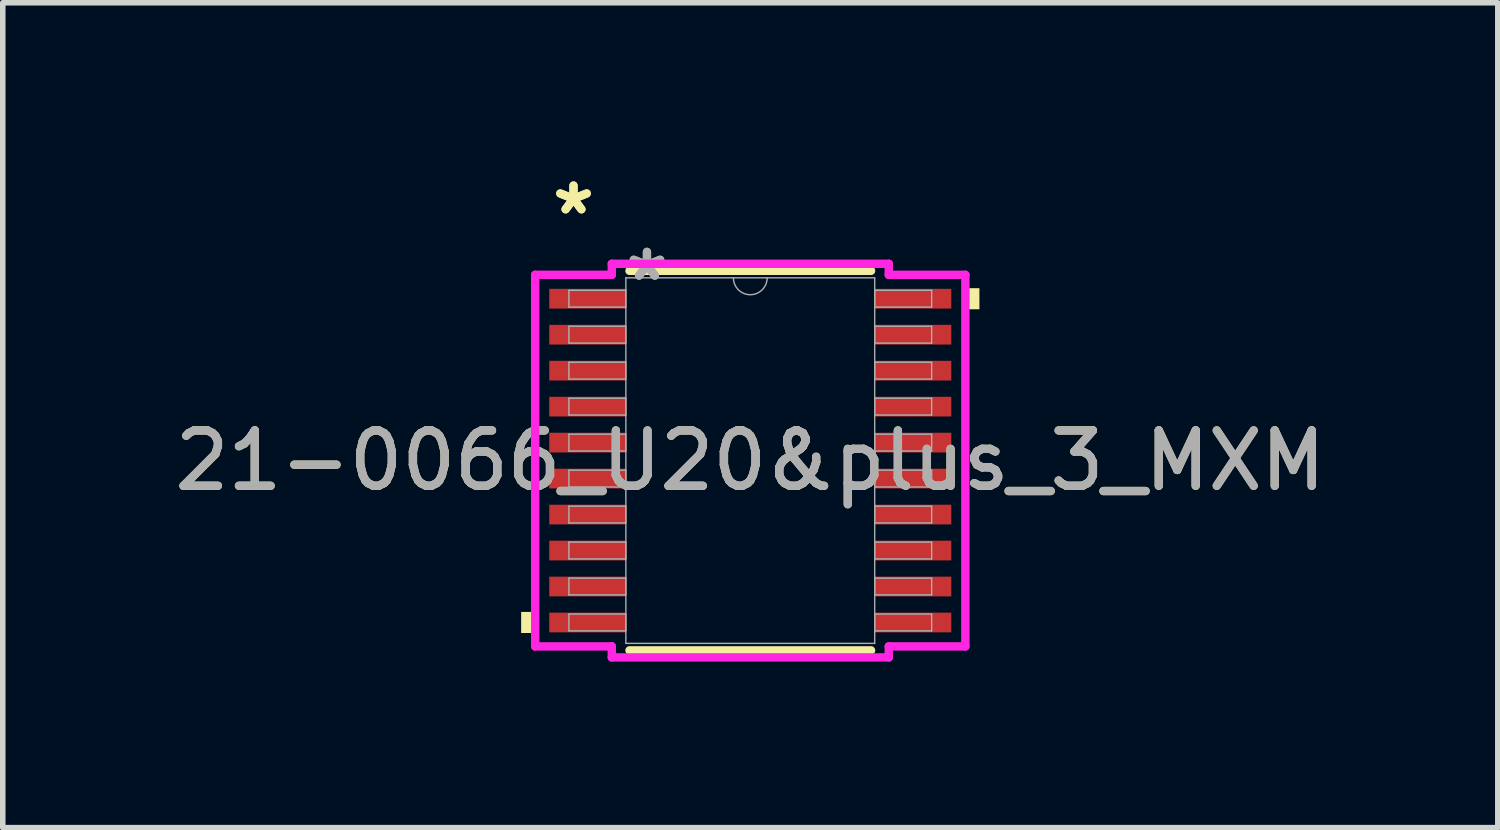
<source format=kicad_pcb>
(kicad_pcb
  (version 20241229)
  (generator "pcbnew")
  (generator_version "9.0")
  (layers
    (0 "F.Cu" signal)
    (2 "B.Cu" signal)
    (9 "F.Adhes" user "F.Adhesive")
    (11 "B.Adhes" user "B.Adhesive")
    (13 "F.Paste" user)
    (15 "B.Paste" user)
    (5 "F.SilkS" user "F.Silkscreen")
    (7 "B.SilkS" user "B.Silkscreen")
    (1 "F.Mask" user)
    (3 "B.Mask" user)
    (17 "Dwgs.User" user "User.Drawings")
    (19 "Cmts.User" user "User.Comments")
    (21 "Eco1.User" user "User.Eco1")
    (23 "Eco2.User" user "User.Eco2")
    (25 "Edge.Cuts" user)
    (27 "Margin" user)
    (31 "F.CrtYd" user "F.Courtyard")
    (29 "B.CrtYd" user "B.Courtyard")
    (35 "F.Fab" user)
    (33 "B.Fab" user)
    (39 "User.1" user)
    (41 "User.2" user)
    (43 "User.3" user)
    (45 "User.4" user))
  (footprint "21-0066_U20&plus_3_MXM"
    (layer "F.Cu")
    (at 10.506 5.272)
    (property "Reference" "21-0066_U20&plus_3_MXM" (at 0 0 0) (unlocked yes) (layer "F.SilkS") (effects (font (size 1 1) (thickness 0.15))))
    (attr smd)
    (fp_line (start -2.182 3.429) (end 2.182 3.429) (stroke (width 0.152) (type solid)) (layer "F.SilkS"))
    (fp_line (start 2.182 -3.429) (end -2.182 -3.429) (stroke (width 0.152) (type solid)) (layer "F.SilkS"))
    (fp_poly (pts (xy -4.14 2.734) (xy -4.14 3.115) (xy -3.886 3.115) (xy -3.886 2.734)) (stroke (width 0) (type solid)) (fill yes) (layer "F.SilkS"))
    (fp_poly (pts (xy 4.14 -3.115) (xy 4.14 -2.734) (xy 3.886 -2.734) (xy 3.886 -3.115)) (stroke (width 0) (type solid)) (fill yes) (layer "F.SilkS"))
    (fp_line (start -3.886 -3.357) (end -2.502 -3.357) (stroke (width 0.152) (type solid)) (layer "F.CrtYd"))
    (fp_line (start -3.886 3.357) (end -3.886 -3.357) (stroke (width 0.152) (type solid)) (layer "F.CrtYd"))
    (fp_line (start -3.886 3.357) (end -2.502 3.357) (stroke (width 0.152) (type solid)) (layer "F.CrtYd"))
    (fp_line (start -2.502 -3.556) (end 2.502 -3.556) (stroke (width 0.152) (type solid)) (layer "F.CrtYd"))
    (fp_line (start -2.502 -3.357) (end -2.502 -3.556) (stroke (width 0.152) (type solid)) (layer "F.CrtYd"))
    (fp_line (start -2.502 3.556) (end -2.502 3.357) (stroke (width 0.152) (type solid)) (layer "F.CrtYd"))
    (fp_line (start 2.502 -3.556) (end 2.502 -3.357) (stroke (width 0.152) (type solid)) (layer "F.CrtYd"))
    (fp_line (start 2.502 3.357) (end 2.502 3.556) (stroke (width 0.152) (type solid)) (layer "F.CrtYd"))
    (fp_line (start 2.502 3.556) (end -2.502 3.556) (stroke (width 0.152) (type solid)) (layer "F.CrtYd"))
    (fp_line (start 3.886 -3.357) (end 2.502 -3.357) (stroke (width 0.152) (type solid)) (layer "F.CrtYd"))
    (fp_line (start 3.886 -3.357) (end 3.886 3.357) (stroke (width 0.152) (type solid)) (layer "F.CrtYd"))
    (fp_line (start 3.886 3.357) (end 2.502 3.357) (stroke (width 0.152) (type solid)) (layer "F.CrtYd"))
    (fp_line (start -3.277 -3.077) (end -3.277 -2.773) (stroke (width 0.025) (type solid)) (layer "F.Fab"))
    (fp_line (start -3.277 -2.773) (end -2.248 -2.773) (stroke (width 0.025) (type solid)) (layer "F.Fab"))
    (fp_line (start -3.277 -2.427) (end -3.277 -2.123) (stroke (width 0.025) (type solid)) (layer "F.Fab"))
    (fp_line (start -3.277 -2.123) (end -2.248 -2.123) (stroke (width 0.025) (type solid)) (layer "F.Fab"))
    (fp_line (start -3.277 -1.777) (end -3.277 -1.473) (stroke (width 0.025) (type solid)) (layer "F.Fab"))
    (fp_line (start -3.277 -1.473) (end -2.248 -1.473) (stroke (width 0.025) (type solid)) (layer "F.Fab"))
    (fp_line (start -3.277 -1.127) (end -3.277 -0.823) (stroke (width 0.025) (type solid)) (layer "F.Fab"))
    (fp_line (start -3.277 -0.823) (end -2.248 -0.823) (stroke (width 0.025) (type solid)) (layer "F.Fab"))
    (fp_line (start -3.277 -0.477) (end -3.277 -0.173) (stroke (width 0.025) (type solid)) (layer "F.Fab"))
    (fp_line (start -3.277 -0.173) (end -2.248 -0.173) (stroke (width 0.025) (type solid)) (layer "F.Fab"))
    (fp_line (start -3.277 0.173) (end -3.277 0.477) (stroke (width 0.025) (type solid)) (layer "F.Fab"))
    (fp_line (start -3.277 0.477) (end -2.248 0.477) (stroke (width 0.025) (type solid)) (layer "F.Fab"))
    (fp_line (start -3.277 0.823) (end -3.277 1.127) (stroke (width 0.025) (type solid)) (layer "F.Fab"))
    (fp_line (start -3.277 1.127) (end -2.248 1.127) (stroke (width 0.025) (type solid)) (layer "F.Fab"))
    (fp_line (start -3.277 1.473) (end -3.277 1.777) (stroke (width 0.025) (type solid)) (layer "F.Fab"))
    (fp_line (start -3.277 1.777) (end -2.248 1.777) (stroke (width 0.025) (type solid)) (layer "F.Fab"))
    (fp_line (start -3.277 2.123) (end -3.277 2.427) (stroke (width 0.025) (type solid)) (layer "F.Fab"))
    (fp_line (start -3.277 2.427) (end -2.248 2.427) (stroke (width 0.025) (type solid)) (layer "F.Fab"))
    (fp_line (start -3.277 2.773) (end -3.277 3.077) (stroke (width 0.025) (type solid)) (layer "F.Fab"))
    (fp_line (start -3.277 3.077) (end -2.248 3.077) (stroke (width 0.025) (type solid)) (layer "F.Fab"))
    (fp_line (start -2.248 -3.302) (end -2.248 3.302) (stroke (width 0.025) (type solid)) (layer "F.Fab"))
    (fp_line (start -2.248 -3.077) (end -3.277 -3.077) (stroke (width 0.025) (type solid)) (layer "F.Fab"))
    (fp_line (start -2.248 -2.773) (end -2.248 -3.077) (stroke (width 0.025) (type solid)) (layer "F.Fab"))
    (fp_line (start -2.248 -2.427) (end -3.277 -2.427) (stroke (width 0.025) (type solid)) (layer "F.Fab"))
    (fp_line (start -2.248 -2.123) (end -2.248 -2.427) (stroke (width 0.025) (type solid)) (layer "F.Fab"))
    (fp_line (start -2.248 -1.777) (end -3.277 -1.777) (stroke (width 0.025) (type solid)) (layer "F.Fab"))
    (fp_line (start -2.248 -1.473) (end -2.248 -1.777) (stroke (width 0.025) (type solid)) (layer "F.Fab"))
    (fp_line (start -2.248 -1.127) (end -3.277 -1.127) (stroke (width 0.025) (type solid)) (layer "F.Fab"))
    (fp_line (start -2.248 -0.823) (end -2.248 -1.127) (stroke (width 0.025) (type solid)) (layer "F.Fab"))
    (fp_line (start -2.248 -0.477) (end -3.277 -0.477) (stroke (width 0.025) (type solid)) (layer "F.Fab"))
    (fp_line (start -2.248 -0.173) (end -2.248 -0.477) (stroke (width 0.025) (type solid)) (layer "F.Fab"))
    (fp_line (start -2.248 0.173) (end -3.277 0.173) (stroke (width 0.025) (type solid)) (layer "F.Fab"))
    (fp_line (start -2.248 0.477) (end -2.248 0.173) (stroke (width 0.025) (type solid)) (layer "F.Fab"))
    (fp_line (start -2.248 0.823) (end -3.277 0.823) (stroke (width 0.025) (type solid)) (layer "F.Fab"))
    (fp_line (start -2.248 1.127) (end -2.248 0.823) (stroke (width 0.025) (type solid)) (layer "F.Fab"))
    (fp_line (start -2.248 1.473) (end -3.277 1.473) (stroke (width 0.025) (type solid)) (layer "F.Fab"))
    (fp_line (start -2.248 1.777) (end -2.248 1.473) (stroke (width 0.025) (type solid)) (layer "F.Fab"))
    (fp_line (start -2.248 2.123) (end -3.277 2.123) (stroke (width 0.025) (type solid)) (layer "F.Fab"))
    (fp_line (start -2.248 2.427) (end -2.248 2.123) (stroke (width 0.025) (type solid)) (layer "F.Fab"))
    (fp_line (start -2.248 2.773) (end -3.277 2.773) (stroke (width 0.025) (type solid)) (layer "F.Fab"))
    (fp_line (start -2.248 3.077) (end -2.248 2.773) (stroke (width 0.025) (type solid)) (layer "F.Fab"))
    (fp_line (start -2.248 3.302) (end 2.248 3.302) (stroke (width 0.025) (type solid)) (layer "F.Fab"))
    (fp_line (start 2.248 -3.302) (end -2.248 -3.302) (stroke (width 0.025) (type solid)) (layer "F.Fab"))
    (fp_line (start 2.248 -3.077) (end 2.248 -2.773) (stroke (width 0.025) (type solid)) (layer "F.Fab"))
    (fp_line (start 2.248 -2.773) (end 3.277 -2.773) (stroke (width 0.025) (type solid)) (layer "F.Fab"))
    (fp_line (start 2.248 -2.427) (end 2.248 -2.123) (stroke (width 0.025) (type solid)) (layer "F.Fab"))
    (fp_line (start 2.248 -2.123) (end 3.277 -2.123) (stroke (width 0.025) (type solid)) (layer "F.Fab"))
    (fp_line (start 2.248 -1.777) (end 2.248 -1.473) (stroke (width 0.025) (type solid)) (layer "F.Fab"))
    (fp_line (start 2.248 -1.473) (end 3.277 -1.473) (stroke (width 0.025) (type solid)) (layer "F.Fab"))
    (fp_line (start 2.248 -1.127) (end 2.248 -0.823) (stroke (width 0.025) (type solid)) (layer "F.Fab"))
    (fp_line (start 2.248 -0.823) (end 3.277 -0.823) (stroke (width 0.025) (type solid)) (layer "F.Fab"))
    (fp_line (start 2.248 -0.477) (end 2.248 -0.173) (stroke (width 0.025) (type solid)) (layer "F.Fab"))
    (fp_line (start 2.248 -0.173) (end 3.277 -0.173) (stroke (width 0.025) (type solid)) (layer "F.Fab"))
    (fp_line (start 2.248 0.173) (end 2.248 0.477) (stroke (width 0.025) (type solid)) (layer "F.Fab"))
    (fp_line (start 2.248 0.477) (end 3.277 0.477) (stroke (width 0.025) (type solid)) (layer "F.Fab"))
    (fp_line (start 2.248 0.823) (end 2.248 1.127) (stroke (width 0.025) (type solid)) (layer "F.Fab"))
    (fp_line (start 2.248 1.127) (end 3.277 1.127) (stroke (width 0.025) (type solid)) (layer "F.Fab"))
    (fp_line (start 2.248 1.473) (end 2.248 1.777) (stroke (width 0.025) (type solid)) (layer "F.Fab"))
    (fp_line (start 2.248 1.777) (end 3.277 1.777) (stroke (width 0.025) (type solid)) (layer "F.Fab"))
    (fp_line (start 2.248 2.123) (end 2.248 2.427) (stroke (width 0.025) (type solid)) (layer "F.Fab"))
    (fp_line (start 2.248 2.427) (end 3.277 2.427) (stroke (width 0.025) (type solid)) (layer "F.Fab"))
    (fp_line (start 2.248 2.773) (end 2.248 3.077) (stroke (width 0.025) (type solid)) (layer "F.Fab"))
    (fp_line (start 2.248 3.077) (end 3.277 3.077) (stroke (width 0.025) (type solid)) (layer "F.Fab"))
    (fp_line (start 2.248 3.302) (end 2.248 -3.302) (stroke (width 0.025) (type solid)) (layer "F.Fab"))
    (fp_line (start 3.277 -3.077) (end 2.248 -3.077) (stroke (width 0.025) (type solid)) (layer "F.Fab"))
    (fp_line (start 3.277 -2.773) (end 3.277 -3.077) (stroke (width 0.025) (type solid)) (layer "F.Fab"))
    (fp_line (start 3.277 -2.427) (end 2.248 -2.427) (stroke (width 0.025) (type solid)) (layer "F.Fab"))
    (fp_line (start 3.277 -2.123) (end 3.277 -2.427) (stroke (width 0.025) (type solid)) (layer "F.Fab"))
    (fp_line (start 3.277 -1.777) (end 2.248 -1.777) (stroke (width 0.025) (type solid)) (layer "F.Fab"))
    (fp_line (start 3.277 -1.473) (end 3.277 -1.777) (stroke (width 0.025) (type solid)) (layer "F.Fab"))
    (fp_line (start 3.277 -1.127) (end 2.248 -1.127) (stroke (width 0.025) (type solid)) (layer "F.Fab"))
    (fp_line (start 3.277 -0.823) (end 3.277 -1.127) (stroke (width 0.025) (type solid)) (layer "F.Fab"))
    (fp_line (start 3.277 -0.477) (end 2.248 -0.477) (stroke (width 0.025) (type solid)) (layer "F.Fab"))
    (fp_line (start 3.277 -0.173) (end 3.277 -0.477) (stroke (width 0.025) (type solid)) (layer "F.Fab"))
    (fp_line (start 3.277 0.173) (end 2.248 0.173) (stroke (width 0.025) (type solid)) (layer "F.Fab"))
    (fp_line (start 3.277 0.477) (end 3.277 0.173) (stroke (width 0.025) (type solid)) (layer "F.Fab"))
    (fp_line (start 3.277 0.823) (end 2.248 0.823) (stroke (width 0.025) (type solid)) (layer "F.Fab"))
    (fp_line (start 3.277 1.127) (end 3.277 0.823) (stroke (width 0.025) (type solid)) (layer "F.Fab"))
    (fp_line (start 3.277 1.473) (end 2.248 1.473) (stroke (width 0.025) (type solid)) (layer "F.Fab"))
    (fp_line (start 3.277 1.777) (end 3.277 1.473) (stroke (width 0.025) (type solid)) (layer "F.Fab"))
    (fp_line (start 3.277 2.123) (end 2.248 2.123) (stroke (width 0.025) (type solid)) (layer "F.Fab"))
    (fp_line (start 3.277 2.427) (end 3.277 2.123) (stroke (width 0.025) (type solid)) (layer "F.Fab"))
    (fp_line (start 3.277 2.773) (end 2.248 2.773) (stroke (width 0.025) (type solid)) (layer "F.Fab"))
    (fp_line (start 3.277 3.077) (end 3.277 2.773) (stroke (width 0.025) (type solid)) (layer "F.Fab"))
    (fp_arc (start 0.3048 -3.302) (mid 0 -2.9972) (end -0.3048 -3.302) (stroke (width 0.0254) (type solid)) (layer "F.Fab"))
    (fp_text user "*" (at -3.194 -4.424 0) (unlocked yes) (layer "F.SilkS") (effects (font (size 1 1) (thickness 0.15))))
    (fp_text user "*" (at -3.194 -4.424 0) (layer "F.SilkS") (effects (font (size 1 1) (thickness 0.15))))
    (fp_text user "*" (at -1.867 -3.226 0) (unlocked yes) (layer "F.Fab") (effects (font (size 1 1) (thickness 0.15))))
    (fp_text user "*" (at -1.867 -3.226 0) (layer "F.Fab") (effects (font (size 1 1) (thickness 0.15))))
    (fp_text user "${REFERENCE}" (at 0 0 0) (unlocked yes) (layer "F.Fab") (effects (font (size 1 1) (thickness 0.15))))
    (pad "1" smd rect (at -2.94 -2.925) (size 1.384 0.356) (layers "F.Cu" "F.Mask" "F.Paste"))
    (pad "2" smd rect (at -2.94 -2.275) (size 1.384 0.356) (layers "F.Cu" "F.Mask" "F.Paste"))
    (pad "3" smd rect (at -2.94 -1.625) (size 1.384 0.356) (layers "F.Cu" "F.Mask" "F.Paste"))
    (pad "4" smd rect (at -2.94 -0.975) (size 1.384 0.356) (layers "F.Cu" "F.Mask" "F.Paste"))
    (pad "5" smd rect (at -2.94 -0.325) (size 1.384 0.356) (layers "F.Cu" "F.Mask" "F.Paste"))
    (pad "6" smd rect (at -2.94 0.325) (size 1.384 0.356) (layers "F.Cu" "F.Mask" "F.Paste"))
    (pad "7" smd rect (at -2.94 0.975) (size 1.384 0.356) (layers "F.Cu" "F.Mask" "F.Paste"))
    (pad "8" smd rect (at -2.94 1.625) (size 1.384 0.356) (layers "F.Cu" "F.Mask" "F.Paste"))
    (pad "9" smd rect (at -2.94 2.275) (size 1.384 0.356) (layers "F.Cu" "F.Mask" "F.Paste"))
    (pad "10" smd rect (at -2.94 2.925) (size 1.384 0.356) (layers "F.Cu" "F.Mask" "F.Paste"))
    (pad "11" smd rect (at 2.94 2.925) (size 1.384 0.356) (layers "F.Cu" "F.Mask" "F.Paste"))
    (pad "12" smd rect (at 2.94 2.275) (size 1.384 0.356) (layers "F.Cu" "F.Mask" "F.Paste"))
    (pad "13" smd rect (at 2.94 1.625) (size 1.384 0.356) (layers "F.Cu" "F.Mask" "F.Paste"))
    (pad "14" smd rect (at 2.94 0.975) (size 1.384 0.356) (layers "F.Cu" "F.Mask" "F.Paste"))
    (pad "15" smd rect (at 2.94 0.325) (size 1.384 0.356) (layers "F.Cu" "F.Mask" "F.Paste"))
    (pad "16" smd rect (at 2.94 -0.325) (size 1.384 0.356) (layers "F.Cu" "F.Mask" "F.Paste"))
    (pad "17" smd rect (at 2.94 -0.975) (size 1.384 0.356) (layers "F.Cu" "F.Mask" "F.Paste"))
    (pad "18" smd rect (at 2.94 -1.625) (size 1.384 0.356) (layers "F.Cu" "F.Mask" "F.Paste"))
    (pad "19" smd rect (at 2.94 -2.275) (size 1.384 0.356) (layers "F.Cu" "F.Mask" "F.Paste"))
    (pad "20" smd rect (at 2.94 -2.925) (size 1.384 0.356) (layers "F.Cu" "F.Mask" "F.Paste")))
  (gr_rect
    (start -3 -3)
    (end 24.012 11.904)
    (stroke (width 0.1) (type default))
    (fill no)
    (layer "Edge.Cuts")))
</source>
